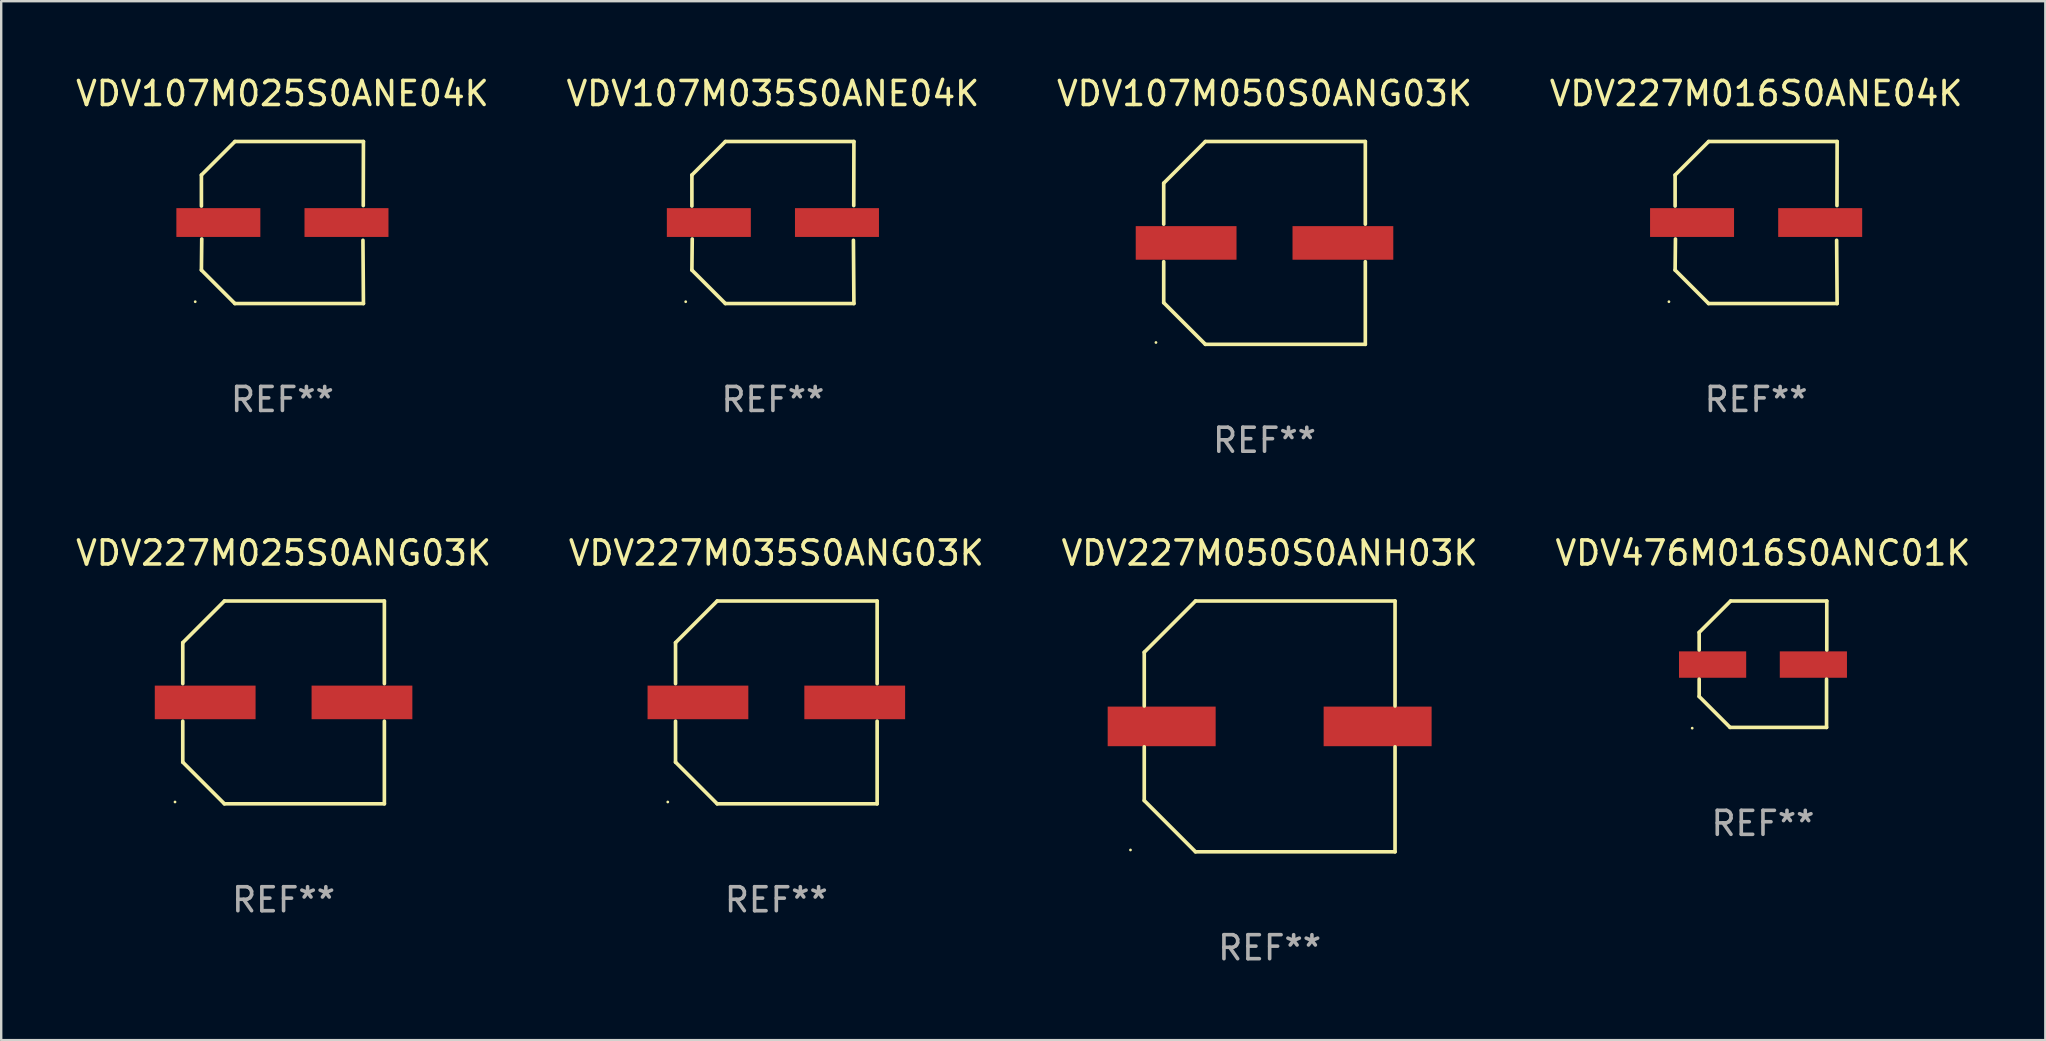
<source format=kicad_pcb>
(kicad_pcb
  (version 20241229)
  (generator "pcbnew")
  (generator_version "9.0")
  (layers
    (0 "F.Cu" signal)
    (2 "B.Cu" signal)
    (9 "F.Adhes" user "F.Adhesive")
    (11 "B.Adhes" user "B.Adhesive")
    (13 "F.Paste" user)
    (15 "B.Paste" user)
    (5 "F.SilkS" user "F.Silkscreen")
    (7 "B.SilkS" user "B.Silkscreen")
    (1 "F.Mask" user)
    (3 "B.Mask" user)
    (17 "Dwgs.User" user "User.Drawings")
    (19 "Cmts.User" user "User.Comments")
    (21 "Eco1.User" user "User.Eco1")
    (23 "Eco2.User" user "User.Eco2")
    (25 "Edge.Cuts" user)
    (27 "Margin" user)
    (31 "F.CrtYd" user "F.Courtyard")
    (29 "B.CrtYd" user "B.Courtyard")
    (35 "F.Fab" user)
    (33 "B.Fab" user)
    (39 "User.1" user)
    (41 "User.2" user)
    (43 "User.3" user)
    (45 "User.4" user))
  (footprint "VDV107M050S0ANG03K"
    (layer "F.Cu")
    (at 49.649 7.074)
    (property "Reference" "VDV107M050S0ANG03K" (at 0 -6.226 0) (layer "F.SilkS") (effects (font (size 1 1) (thickness 0.15))))
    (attr through_hole)
    (fp_line (start -4.201 -2.49) (end -4.201 -0.782) (stroke (width 0.152) (type solid)) (layer "F.SilkS"))
    (fp_line (start -4.201 2.49) (end -4.201 0.782) (stroke (width 0.152) (type solid)) (layer "F.SilkS"))
    (fp_line (start -2.465 -4.226) (end -4.201 -2.49) (stroke (width 0.152) (type solid)) (layer "F.SilkS"))
    (fp_line (start -2.465 4.226) (end -4.201 2.49) (stroke (width 0.152) (type solid)) (layer "F.SilkS"))
    (fp_line (start 4.201 -4.226) (end -2.465 -4.226) (stroke (width 0.152) (type solid)) (layer "F.SilkS"))
    (fp_line (start 4.201 -0.782) (end 4.201 -4.226) (stroke (width 0.152) (type solid)) (layer "F.SilkS"))
    (fp_line (start 4.201 0.782) (end 4.201 4.226) (stroke (width 0.152) (type solid)) (layer "F.SilkS"))
    (fp_line (start 4.201 4.226) (end -2.465 4.226) (stroke (width 0.152) (type solid)) (layer "F.SilkS"))
    (fp_circle (center -4.524 4.15) (end -4.494 4.15) (stroke (width 0.06) (type solid)) (fill no) (layer "F.SilkS"))
    (fp_text user "REF**" (at 0 8.226 0) (layer "F.Fab") (effects (font (size 1 1) (thickness 0.15))))
    (pad "1" smd rect (at -3.267 0) (size 4.2 1.4) (layers "F.Cu" "F.Mask" "F.Paste"))
    (pad "2" smd rect (at 3.267 0) (size 4.2 1.4) (layers "F.Cu" "F.Mask" "F.Paste")))
  (footprint "VDV227M035S0ANG03K"
    (layer "F.Cu")
    (at 29.304 26.223)
    (property "Reference" "VDV227M035S0ANG03K" (at 0 -6.226 0) (layer "F.SilkS") (effects (font (size 1 1) (thickness 0.15))))
    (attr through_hole)
    (fp_line (start -4.201 -2.49) (end -4.201 -0.782) (stroke (width 0.152) (type solid)) (layer "F.SilkS"))
    (fp_line (start -4.201 2.49) (end -4.201 0.782) (stroke (width 0.152) (type solid)) (layer "F.SilkS"))
    (fp_line (start -2.465 -4.226) (end -4.201 -2.49) (stroke (width 0.152) (type solid)) (layer "F.SilkS"))
    (fp_line (start -2.465 4.226) (end -4.201 2.49) (stroke (width 0.152) (type solid)) (layer "F.SilkS"))
    (fp_line (start 4.201 -4.226) (end -2.465 -4.226) (stroke (width 0.152) (type solid)) (layer "F.SilkS"))
    (fp_line (start 4.201 -0.782) (end 4.201 -4.226) (stroke (width 0.152) (type solid)) (layer "F.SilkS"))
    (fp_line (start 4.201 0.782) (end 4.201 4.226) (stroke (width 0.152) (type solid)) (layer "F.SilkS"))
    (fp_line (start 4.201 4.226) (end -2.465 4.226) (stroke (width 0.152) (type solid)) (layer "F.SilkS"))
    (fp_circle (center -4.524 4.15) (end -4.494 4.15) (stroke (width 0.06) (type solid)) (fill no) (layer "F.SilkS"))
    (fp_text user "REF**" (at 0 8.226 0) (layer "F.Fab") (effects (font (size 1 1) (thickness 0.15))))
    (pad "1" smd rect (at -3.267 0) (size 4.2 1.4) (layers "F.Cu" "F.Mask" "F.Paste"))
    (pad "2" smd rect (at 3.267 0) (size 4.2 1.4) (layers "F.Cu" "F.Mask" "F.Paste")))
  (footprint "VDV107M025S0ANE04K"
    (layer "F.Cu")
    (at 8.72 6.224)
    (property "Reference" "VDV107M025S0ANE04K" (at 0 -5.376 0) (layer "F.SilkS") (effects (font (size 1 1) (thickness 0.15))))
    (attr through_hole)
    (fp_line (start -3.376 -1.98) (end -3.376 -0.686) (stroke (width 0.152) (type solid)) (layer "F.SilkS"))
    (fp_line (start -3.376 1.981) (end -3.362 0.686) (stroke (width 0.152) (type solid)) (layer "F.SilkS"))
    (fp_line (start -1.981 3.376) (end -3.376 1.981) (stroke (width 0.152) (type solid)) (layer "F.SilkS"))
    (fp_line (start -1.98 -3.376) (end -3.376 -1.98) (stroke (width 0.152) (type solid)) (layer "F.SilkS"))
    (fp_line (start 3.356 0.74) (end 3.376 3.376) (stroke (width 0.152) (type solid)) (layer "F.SilkS"))
    (fp_line (start 3.369 -0.707) (end 3.376 -3.376) (stroke (width 0.152) (type solid)) (layer "F.SilkS"))
    (fp_line (start 3.376 3.376) (end -1.981 3.376) (stroke (width 0.152) (type solid)) (layer "F.SilkS"))
    (fp_line (start 3.376 -3.376) (end -1.98 -3.376) (stroke (width 0.152) (type solid)) (layer "F.SilkS"))
    (fp_circle (center -3.634 3.3) (end -3.604 3.3) (stroke (width 0.06) (type solid)) (fill no) (layer "F.SilkS"))
    (fp_text user "REF**" (at 0 7.376 0) (layer "F.Fab") (effects (font (size 1 1) (thickness 0.15))))
    (pad "1" smd rect (at -2.67 0.000254) (size 3.5 1.2) (layers "F.Cu" "F.Mask" "F.Paste"))
    (pad "2" smd rect (at 2.67 0.000254) (size 3.5 1.2) (layers "F.Cu" "F.Mask" "F.Paste")))
  (footprint "VDV227M050S0ANH03K"
    (layer "F.Cu")
    (at 49.863 27.223)
    (property "Reference" "VDV227M050S0ANH03K" (at 0 -7.226 0) (layer "F.SilkS") (effects (font (size 1 1) (thickness 0.15))))
    (attr through_hole)
    (fp_line (start -5.226 -3.09) (end -5.226 -0.852) (stroke (width 0.152) (type solid)) (layer "F.SilkS"))
    (fp_line (start -5.226 3.09) (end -5.226 0.852) (stroke (width 0.152) (type solid)) (layer "F.SilkS"))
    (fp_line (start -3.09 -5.226) (end -5.226 -3.09) (stroke (width 0.152) (type solid)) (layer "F.SilkS"))
    (fp_line (start -3.09 5.226) (end -5.226 3.09) (stroke (width 0.152) (type solid)) (layer "F.SilkS"))
    (fp_line (start 5.226 -5.226) (end -3.09 -5.226) (stroke (width 0.152) (type solid)) (layer "F.SilkS"))
    (fp_line (start 5.226 -0.852) (end 5.226 -5.226) (stroke (width 0.152) (type solid)) (layer "F.SilkS"))
    (fp_line (start 5.226 0.852) (end 5.226 5.226) (stroke (width 0.152) (type solid)) (layer "F.SilkS"))
    (fp_line (start 5.226 5.226) (end -3.09 5.226) (stroke (width 0.152) (type solid)) (layer "F.SilkS"))
    (fp_circle (center -5.8 5.15) (end -5.77 5.15) (stroke (width 0.06) (type solid)) (fill no) (layer "F.SilkS"))
    (fp_text user "REF**" (at 0 9.226 0) (layer "F.Fab") (effects (font (size 1 1) (thickness 0.15))))
    (pad "1" smd rect (at -4.5 0) (size 4.5 1.65) (layers "F.Cu" "F.Mask" "F.Paste"))
    (pad "2" smd rect (at 4.5 0) (size 4.5 1.65) (layers "F.Cu" "F.Mask" "F.Paste")))
  (footprint "VDV107M035S0ANE04K"
    (layer "F.Cu")
    (at 29.161 6.224)
    (property "Reference" "VDV107M035S0ANE04K" (at 0 -5.376 0) (layer "F.SilkS") (effects (font (size 1 1) (thickness 0.15))))
    (attr through_hole)
    (fp_line (start -3.376 -1.98) (end -3.376 -0.686) (stroke (width 0.152) (type solid)) (layer "F.SilkS"))
    (fp_line (start -3.376 1.981) (end -3.362 0.686) (stroke (width 0.152) (type solid)) (layer "F.SilkS"))
    (fp_line (start -1.981 3.376) (end -3.376 1.981) (stroke (width 0.152) (type solid)) (layer "F.SilkS"))
    (fp_line (start -1.98 -3.376) (end -3.376 -1.98) (stroke (width 0.152) (type solid)) (layer "F.SilkS"))
    (fp_line (start 3.356 0.74) (end 3.376 3.376) (stroke (width 0.152) (type solid)) (layer "F.SilkS"))
    (fp_line (start 3.369 -0.707) (end 3.376 -3.376) (stroke (width 0.152) (type solid)) (layer "F.SilkS"))
    (fp_line (start 3.376 3.376) (end -1.981 3.376) (stroke (width 0.152) (type solid)) (layer "F.SilkS"))
    (fp_line (start 3.376 -3.376) (end -1.98 -3.376) (stroke (width 0.152) (type solid)) (layer "F.SilkS"))
    (fp_circle (center -3.634 3.3) (end -3.604 3.3) (stroke (width 0.06) (type solid)) (fill no) (layer "F.SilkS"))
    (fp_text user "REF**" (at 0 7.376 0) (layer "F.Fab") (effects (font (size 1 1) (thickness 0.15))))
    (pad "1" smd rect (at -2.67 0.000254) (size 3.5 1.2) (layers "F.Cu" "F.Mask" "F.Paste"))
    (pad "2" smd rect (at 2.67 0.000254) (size 3.5 1.2) (layers "F.Cu" "F.Mask" "F.Paste")))
  (footprint "VDV227M016S0ANE04K"
    (layer "F.Cu")
    (at 70.137 6.224)
    (property "Reference" "VDV227M016S0ANE04K" (at 0 -5.376 0) (layer "F.SilkS") (effects (font (size 1 1) (thickness 0.15))))
    (attr through_hole)
    (fp_line (start -3.376 -1.98) (end -3.376 -0.686) (stroke (width 0.152) (type solid)) (layer "F.SilkS"))
    (fp_line (start -3.376 1.981) (end -3.362 0.686) (stroke (width 0.152) (type solid)) (layer "F.SilkS"))
    (fp_line (start -1.981 3.376) (end -3.376 1.981) (stroke (width 0.152) (type solid)) (layer "F.SilkS"))
    (fp_line (start -1.98 -3.376) (end -3.376 -1.98) (stroke (width 0.152) (type solid)) (layer "F.SilkS"))
    (fp_line (start 3.356 0.74) (end 3.376 3.376) (stroke (width 0.152) (type solid)) (layer "F.SilkS"))
    (fp_line (start 3.369 -0.707) (end 3.376 -3.376) (stroke (width 0.152) (type solid)) (layer "F.SilkS"))
    (fp_line (start 3.376 3.376) (end -1.981 3.376) (stroke (width 0.152) (type solid)) (layer "F.SilkS"))
    (fp_line (start 3.376 -3.376) (end -1.98 -3.376) (stroke (width 0.152) (type solid)) (layer "F.SilkS"))
    (fp_circle (center -3.634 3.3) (end -3.604 3.3) (stroke (width 0.06) (type solid)) (fill no) (layer "F.SilkS"))
    (fp_text user "REF**" (at 0 7.376 0) (layer "F.Fab") (effects (font (size 1 1) (thickness 0.15))))
    (pad "1" smd rect (at -2.67 0.000254) (size 3.5 1.2) (layers "F.Cu" "F.Mask" "F.Paste"))
    (pad "2" smd rect (at 2.67 0.000254) (size 3.5 1.2) (layers "F.Cu" "F.Mask" "F.Paste")))
  (footprint "VDV227M025S0ANG03K"
    (layer "F.Cu")
    (at 8.768 26.223)
    (property "Reference" "VDV227M025S0ANG03K" (at 0 -6.226 0) (layer "F.SilkS") (effects (font (size 1 1) (thickness 0.15))))
    (attr through_hole)
    (fp_line (start -4.201 -2.49) (end -4.201 -0.782) (stroke (width 0.152) (type solid)) (layer "F.SilkS"))
    (fp_line (start -4.201 2.49) (end -4.201 0.782) (stroke (width 0.152) (type solid)) (layer "F.SilkS"))
    (fp_line (start -2.465 -4.226) (end -4.201 -2.49) (stroke (width 0.152) (type solid)) (layer "F.SilkS"))
    (fp_line (start -2.465 4.226) (end -4.201 2.49) (stroke (width 0.152) (type solid)) (layer "F.SilkS"))
    (fp_line (start 4.201 -4.226) (end -2.465 -4.226) (stroke (width 0.152) (type solid)) (layer "F.SilkS"))
    (fp_line (start 4.201 -0.782) (end 4.201 -4.226) (stroke (width 0.152) (type solid)) (layer "F.SilkS"))
    (fp_line (start 4.201 0.782) (end 4.201 4.226) (stroke (width 0.152) (type solid)) (layer "F.SilkS"))
    (fp_line (start 4.201 4.226) (end -2.465 4.226) (stroke (width 0.152) (type solid)) (layer "F.SilkS"))
    (fp_circle (center -4.524 4.15) (end -4.494 4.15) (stroke (width 0.06) (type solid)) (fill no) (layer "F.SilkS"))
    (fp_text user "REF**" (at 0 8.226 0) (layer "F.Fab") (effects (font (size 1 1) (thickness 0.15))))
    (pad "1" smd rect (at -3.267 0) (size 4.2 1.4) (layers "F.Cu" "F.Mask" "F.Paste"))
    (pad "2" smd rect (at 3.267 0) (size 4.2 1.4) (layers "F.Cu" "F.Mask" "F.Paste")))
  (footprint "VDV476M016S0ANC01K"
    (layer "F.Cu")
    (at 70.423 24.631)
    (property "Reference" "VDV476M016S0ANC01K" (at 0 -4.634 0) (layer "F.SilkS") (effects (font (size 1 1) (thickness 0.15))))
    (attr through_hole)
    (fp_line (start -2.659 -1.326) (end -2.659 -0.592) (stroke (width 0.152) (type solid)) (layer "F.SilkS"))
    (fp_line (start -2.659 1.346) (end -2.659 0.622) (stroke (width 0.152) (type solid)) (layer "F.SilkS"))
    (fp_line (start -1.372 2.634) (end -2.659 1.346) (stroke (width 0.152) (type solid)) (layer "F.SilkS"))
    (fp_line (start -1.349 -2.634) (end -2.659 -1.326) (stroke (width 0.152) (type solid)) (layer "F.SilkS"))
    (fp_line (start 2.649 0.622) (end 2.649 2.634) (stroke (width 0.152) (type solid)) (layer "F.SilkS"))
    (fp_line (start 2.649 2.634) (end -1.372 2.634) (stroke (width 0.152) (type solid)) (layer "F.SilkS"))
    (fp_line (start 2.659 -2.634) (end -1.349 -2.634) (stroke (width 0.152) (type solid)) (layer "F.SilkS"))
    (fp_line (start 2.659 -0.592) (end 2.659 -2.634) (stroke (width 0.152) (type solid)) (layer "F.SilkS"))
    (fp_circle (center -2.95 2.665) (end -2.92 2.665) (stroke (width 0.06) (type solid)) (fill no) (layer "F.SilkS"))
    (fp_text user "REF**" (at 0 6.634 0) (layer "F.Fab") (effects (font (size 1 1) (thickness 0.15))))
    (pad "1" smd rect (at -2.1 0.015) (size 2.8 1.1) (layers "F.Cu" "F.Mask" "F.Paste"))
    (pad "2" smd rect (at 2.1 0.015) (size 2.8 1.1) (layers "F.Cu" "F.Mask" "F.Paste")))
  (gr_rect
    (start -3 -3)
    (end 82.19 40.298)
    (stroke (width 0.1) (type default))
    (fill no)
    (layer "Edge.Cuts")))
</source>
